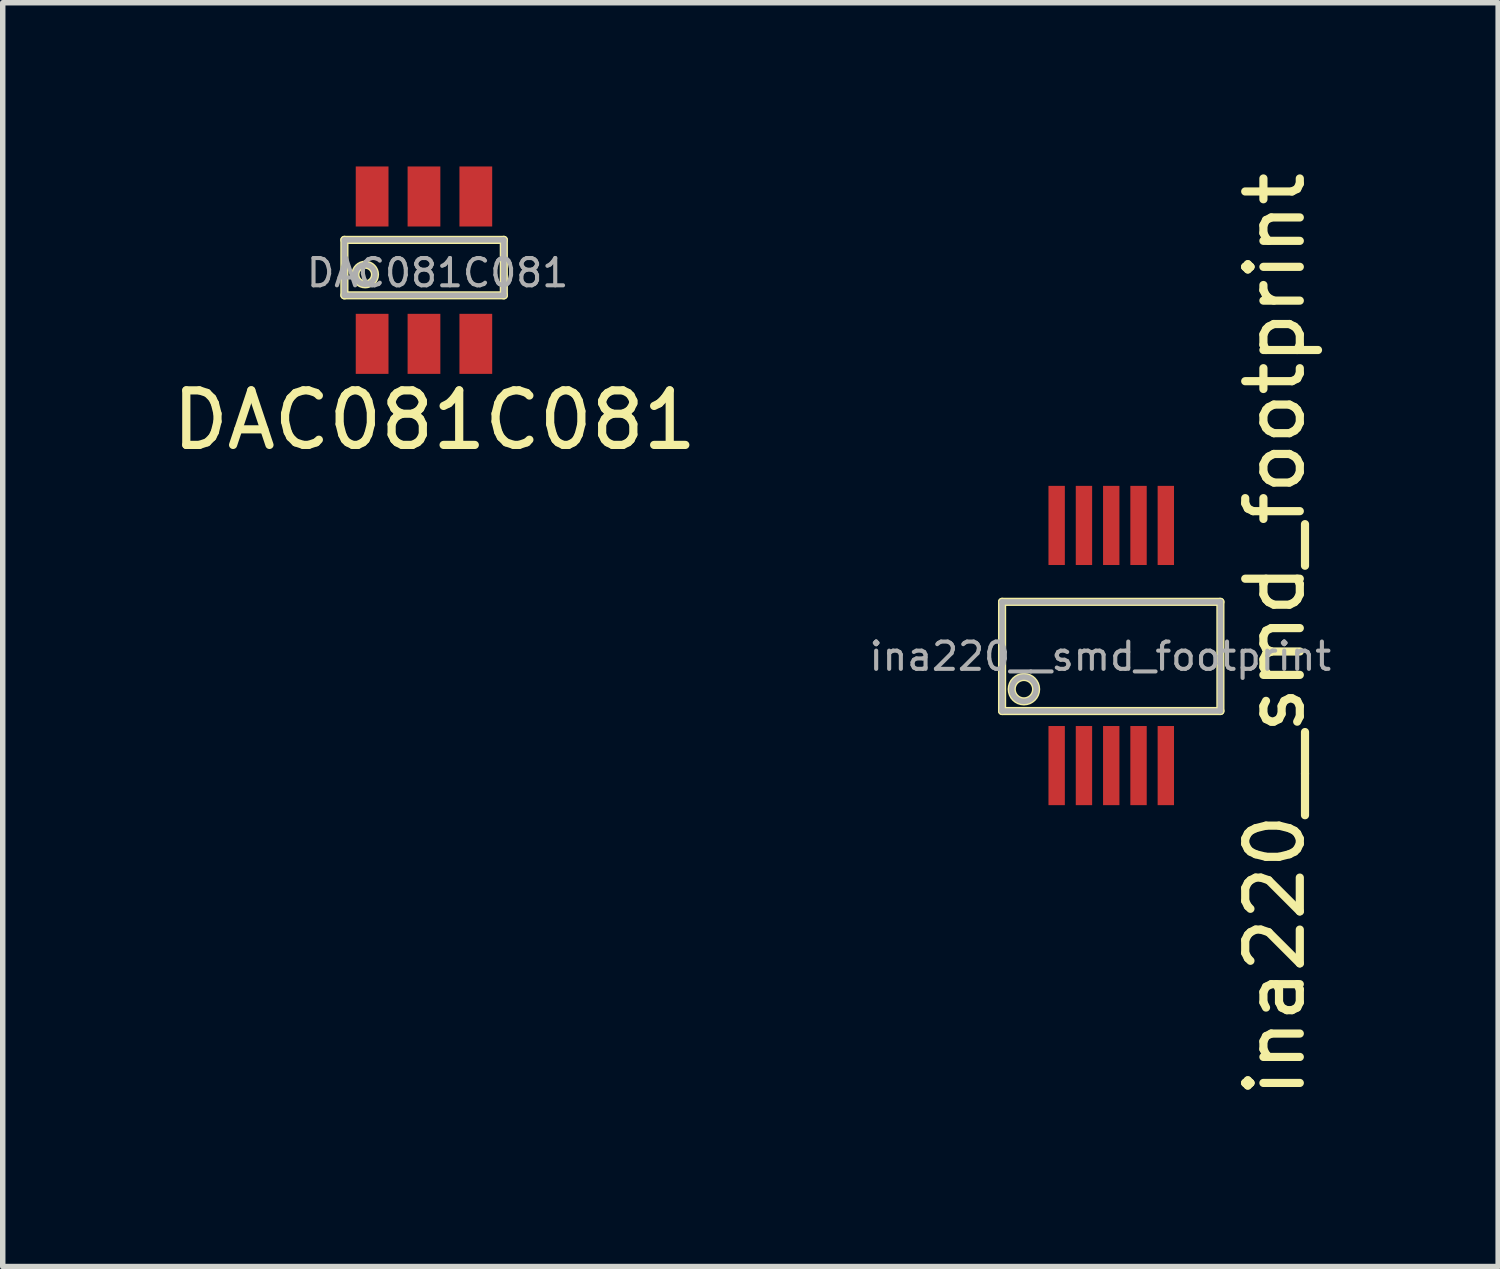
<source format=kicad_pcb>
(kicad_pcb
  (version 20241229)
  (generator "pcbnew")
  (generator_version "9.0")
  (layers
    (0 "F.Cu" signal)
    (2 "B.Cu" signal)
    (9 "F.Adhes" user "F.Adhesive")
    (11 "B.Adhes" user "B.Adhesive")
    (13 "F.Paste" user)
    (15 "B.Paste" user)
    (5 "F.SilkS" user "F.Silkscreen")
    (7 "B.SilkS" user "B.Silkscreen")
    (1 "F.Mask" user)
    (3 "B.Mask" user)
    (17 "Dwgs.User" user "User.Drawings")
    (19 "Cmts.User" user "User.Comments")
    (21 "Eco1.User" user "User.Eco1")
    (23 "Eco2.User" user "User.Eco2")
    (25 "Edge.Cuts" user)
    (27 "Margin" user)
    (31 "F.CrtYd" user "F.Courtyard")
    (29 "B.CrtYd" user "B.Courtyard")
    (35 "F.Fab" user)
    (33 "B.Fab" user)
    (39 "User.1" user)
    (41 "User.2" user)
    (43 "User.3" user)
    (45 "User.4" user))
  (footprint "DAC081C081"
    (layer "F.Cu")
    (at 3.768 3.25)
    (property "Reference" "DAC081C081" (at 1.143 1.397 0) (layer "F.SilkS") (effects (font (size 1 1) (thickness 0.15))))
    (attr smd)
    (fp_line (start -0.508 -1.905) (end 2.413 -1.905) (stroke (width 0.15) (type solid)) (layer "F.SilkS"))
    (fp_line (start -0.508 -0.889) (end -0.508 -1.905) (stroke (width 0.15) (type solid)) (layer "F.SilkS"))
    (fp_line (start 2.413 -1.905) (end 2.413 -0.889) (stroke (width 0.15) (type solid)) (layer "F.SilkS"))
    (fp_line (start 2.413 -0.889) (end -0.508 -0.889) (stroke (width 0.15) (type solid)) (layer "F.SilkS"))
    (fp_circle (center -0.127 -1.27) (end 0 -1.143) (stroke (width 0.15) (type solid)) (fill no) (layer "F.SilkS"))
    (fp_line (start -0.508 -1.905) (end 2.413 -1.905) (stroke (width 0.1) (type solid)) (layer "F.Fab"))
    (fp_line (start -0.508 -0.889) (end -0.508 -1.905) (stroke (width 0.1) (type solid)) (layer "F.Fab"))
    (fp_line (start 2.413 -1.905) (end 2.413 -0.889) (stroke (width 0.1) (type solid)) (layer "F.Fab"))
    (fp_line (start 2.413 -0.889) (end -0.508 -0.889) (stroke (width 0.1) (type solid)) (layer "F.Fab"))
    (fp_circle (center -0.127 -1.27) (end 0 -1.143) (stroke (width 0.1) (type solid)) (fill no) (layer "F.Fab"))
    (fp_text user "${REFERENCE}" (at 1.2 -1.3 0) (layer "F.Fab") (effects (font (size 0.5 0.5) (thickness 0.075))))
    (pad "1" smd rect (at 0 0) (size 0.6 1.1) (layers "F.Cu" "F.Mask" "F.Paste"))
    (pad "2" smd rect (at 0.95 0) (size 0.6 1.1) (layers "F.Cu" "F.Mask" "F.Paste"))
    (pad "3" smd rect (at 1.9 0) (size 0.6 1.1) (layers "F.Cu" "F.Mask" "F.Paste"))
    (pad "4" smd rect (at 1.9 -2.7) (size 0.6 1.1) (layers "F.Cu" "F.Mask" "F.Paste"))
    (pad "5" smd rect (at 0.95 -2.7) (size 0.6 1.1) (layers "F.Cu" "F.Mask" "F.Paste"))
    (pad "6" smd rect (at 0 -2.7) (size 0.6 1.1) (layers "F.Cu" "F.Mask" "F.Paste")))
  (footprint "ina220__smd_footprint"
    (layer "F.Cu")
    (at 16.31 10.977)
    (property "Reference" "ina220__smd_footprint" (at 4 -2.4 90) (layer "F.SilkS") (effects (font (size 1 1) (thickness 0.15))))
    (attr smd)
    (fp_line (start -1 -3) (end 3 -3) (stroke (width 0.15) (type solid)) (layer "F.SilkS"))
    (fp_line (start -1 -1) (end -1 -3) (stroke (width 0.15) (type solid)) (layer "F.SilkS"))
    (fp_line (start 3 -3) (end 3 -1) (stroke (width 0.15) (type solid)) (layer "F.SilkS"))
    (fp_line (start 3 -1) (end -1 -1) (stroke (width 0.15) (type solid)) (layer "F.SilkS"))
    (fp_circle (center -0.6 -1.4) (end -0.4 -1.3) (stroke (width 0.15) (type solid)) (fill no) (layer "F.SilkS"))
    (fp_line (start -1 -3) (end 3 -3) (stroke (width 0.1) (type solid)) (layer "F.Fab"))
    (fp_line (start -1 -1) (end -1 -3) (stroke (width 0.1) (type solid)) (layer "F.Fab"))
    (fp_line (start 3 -3) (end 3 -1) (stroke (width 0.1) (type solid)) (layer "F.Fab"))
    (fp_line (start 3 -1) (end -1 -1) (stroke (width 0.1) (type solid)) (layer "F.Fab"))
    (fp_circle (center -0.6 -1.4) (end -0.4 -1.3) (stroke (width 0.1) (type solid)) (fill no) (layer "F.Fab"))
    (fp_text user "${REFERENCE}" (at 0.8 -2 0) (layer "F.Fab") (effects (font (size 0.5 0.5) (thickness 0.075))))
    (pad "1" smd rect (at 0 0) (size 0.3 1.45) (layers "F.Cu" "F.Mask" "F.Paste"))
    (pad "2" smd rect (at 0.5 0) (size 0.3 1.45) (layers "F.Cu" "F.Mask" "F.Paste"))
    (pad "3" smd rect (at 1 0) (size 0.3 1.45) (layers "F.Cu" "F.Mask" "F.Paste"))
    (pad "4" smd rect (at 1.5 0) (size 0.3 1.45) (layers "F.Cu" "F.Mask" "F.Paste"))
    (pad "5" smd rect (at 2 0) (size 0.3 1.45) (layers "F.Cu" "F.Mask" "F.Paste"))
    (pad "6" smd rect (at 2 -4.4) (size 0.3 1.45) (layers "F.Cu" "F.Mask" "F.Paste"))
    (pad "7" smd rect (at 1.5 -4.4) (size 0.3 1.45) (layers "F.Cu" "F.Mask" "F.Paste"))
    (pad "8" smd rect (at 1 -4.4) (size 0.3 1.45) (layers "F.Cu" "F.Mask" "F.Paste"))
    (pad "9" smd rect (at 0.5 -4.4) (size 0.3 1.45) (layers "F.Cu" "F.Mask" "F.Paste"))
    (pad "10" smd rect (at 0 -4.4) (size 0.3 1.45) (layers "F.Cu" "F.Mask" "F.Paste")))
  (gr_rect
    (start -3 -3)
    (end 24.399 20.155)
    (stroke (width 0.1) (type default))
    (fill no)
    (layer "Edge.Cuts")))
</source>
